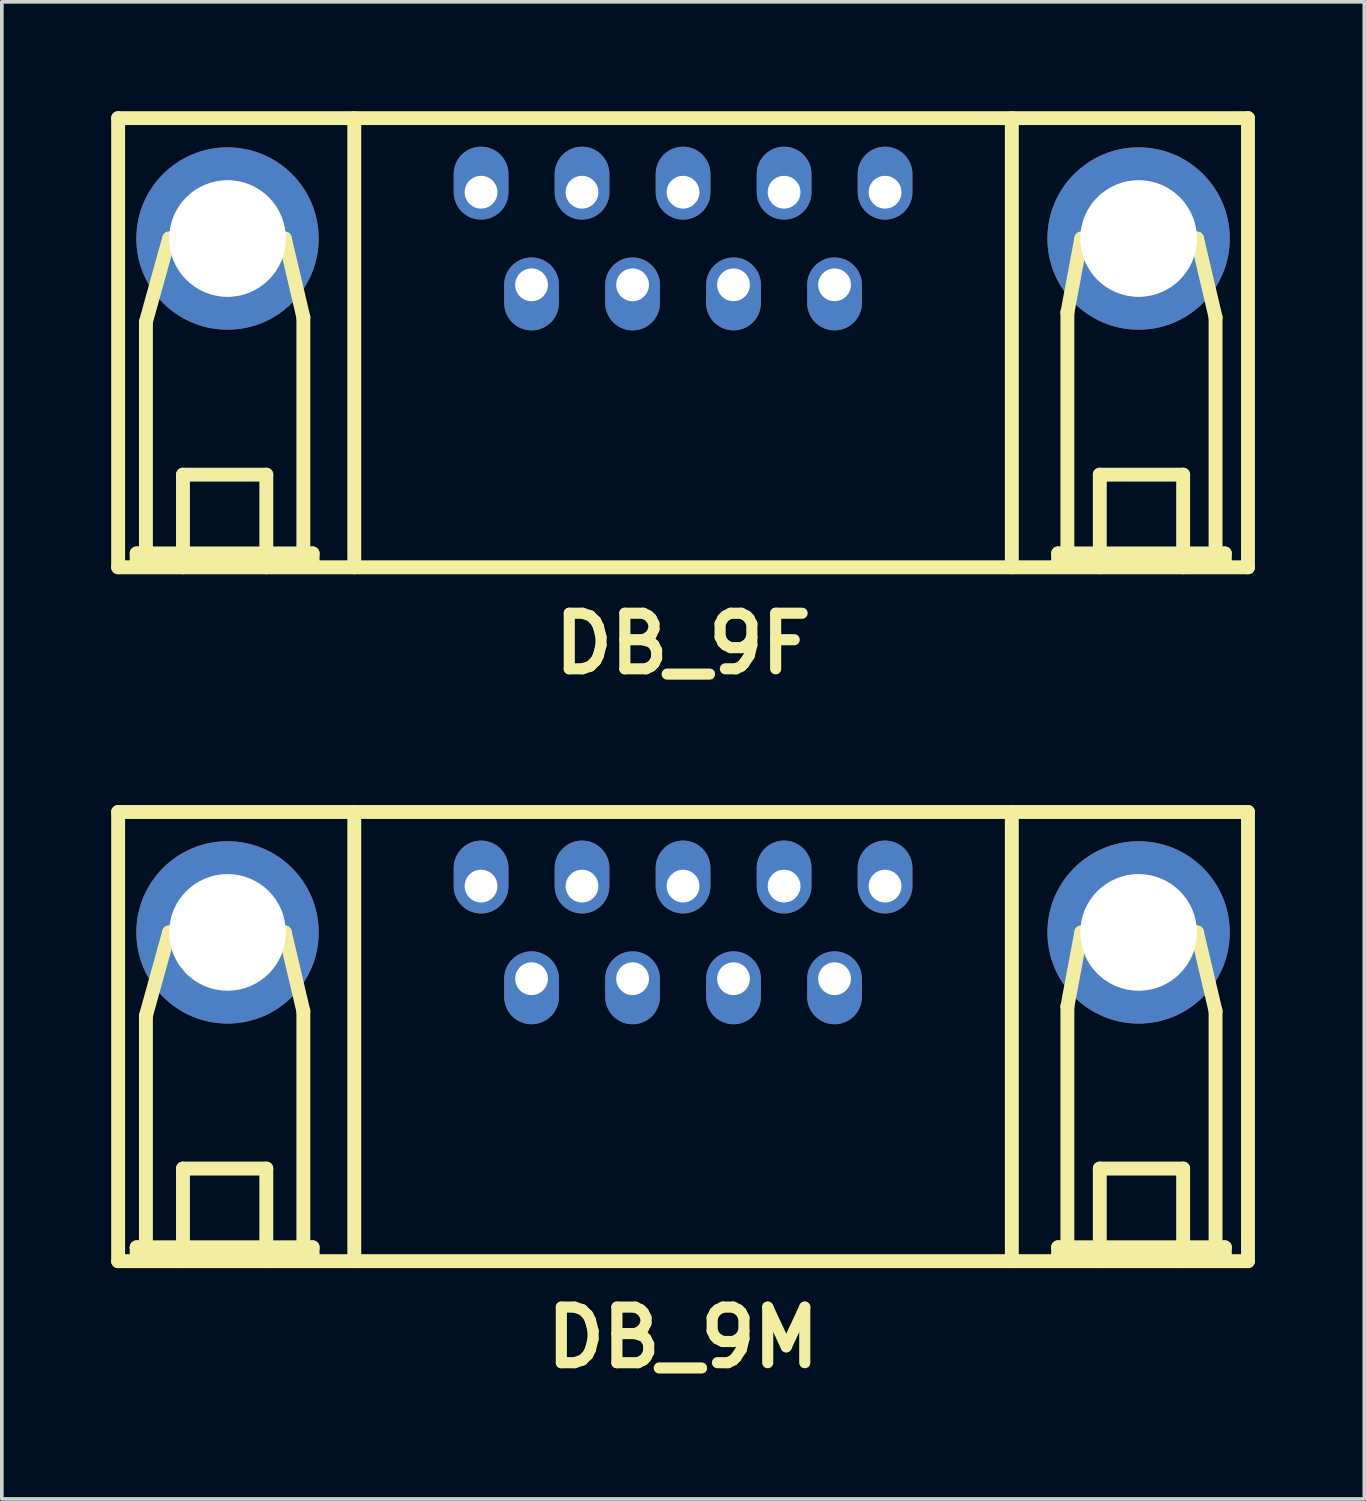
<source format=kicad_pcb>
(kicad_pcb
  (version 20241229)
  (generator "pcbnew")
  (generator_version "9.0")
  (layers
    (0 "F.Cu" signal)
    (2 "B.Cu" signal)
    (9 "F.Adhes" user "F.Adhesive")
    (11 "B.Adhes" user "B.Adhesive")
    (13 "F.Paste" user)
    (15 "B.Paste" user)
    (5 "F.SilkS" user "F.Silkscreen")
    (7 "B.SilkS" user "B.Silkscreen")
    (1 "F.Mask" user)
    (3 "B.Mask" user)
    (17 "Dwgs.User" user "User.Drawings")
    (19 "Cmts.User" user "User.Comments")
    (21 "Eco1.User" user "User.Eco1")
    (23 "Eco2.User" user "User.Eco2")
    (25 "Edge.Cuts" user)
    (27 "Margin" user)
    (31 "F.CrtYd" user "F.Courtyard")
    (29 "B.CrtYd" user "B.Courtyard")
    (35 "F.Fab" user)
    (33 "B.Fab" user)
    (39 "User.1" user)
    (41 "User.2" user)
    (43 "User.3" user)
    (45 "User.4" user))
  (footprint "DB_9M"
    (layer "F.Cu")
    (at 15.684 29.635)
    (property "Reference" "DB_9M" (at 0 4 0) (layer "F.SilkS") (effects (font (size 1.524 1.524) (thickness 0.305))))
    (attr through_hole)
    (fp_line (start -15.494 -10.414) (end -15.494 1.905) (stroke (width 0.381) (type solid)) (layer "F.SilkS"))
    (fp_line (start -15.494 1.905) (end 15.494 1.905) (stroke (width 0.381) (type solid)) (layer "F.SilkS"))
    (fp_line (start -14.986 1.524) (end -14.986 1.778) (stroke (width 0.381) (type solid)) (layer "F.SilkS"))
    (fp_line (start -14.986 1.778) (end -10.16 1.778) (stroke (width 0.381) (type solid)) (layer "F.SilkS"))
    (fp_line (start -14.732 -4.826) (end -14.097 -7.112) (stroke (width 0.381) (type solid)) (layer "F.SilkS"))
    (fp_line (start -14.732 1.524) (end -14.732 -4.826) (stroke (width 0.381) (type solid)) (layer "F.SilkS"))
    (fp_line (start -14.097 -7.112) (end -10.922 -7.112) (stroke (width 0.381) (type solid)) (layer "F.SilkS"))
    (fp_line (start -13.716 -0.635) (end -11.43 -0.635) (stroke (width 0.381) (type solid)) (layer "F.SilkS"))
    (fp_line (start -13.716 1.905) (end -13.716 -0.635) (stroke (width 0.381) (type solid)) (layer "F.SilkS"))
    (fp_line (start -11.43 -0.635) (end -11.43 1.905) (stroke (width 0.381) (type solid)) (layer "F.SilkS"))
    (fp_line (start -10.922 -7.112) (end -10.414 -4.953) (stroke (width 0.381) (type solid)) (layer "F.SilkS"))
    (fp_line (start -10.414 -4.953) (end -10.414 1.524) (stroke (width 0.381) (type solid)) (layer "F.SilkS"))
    (fp_line (start -10.16 1.524) (end -14.986 1.524) (stroke (width 0.381) (type solid)) (layer "F.SilkS"))
    (fp_line (start -10.16 1.778) (end -10.16 1.524) (stroke (width 0.381) (type solid)) (layer "F.SilkS"))
    (fp_line (start -9.017 1.905) (end -9.017 -10.414) (stroke (width 0.381) (type solid)) (layer "F.SilkS"))
    (fp_line (start 9.017 1.905) (end 9.017 -10.414) (stroke (width 0.381) (type solid)) (layer "F.SilkS"))
    (fp_line (start 10.287 1.524) (end 10.287 1.778) (stroke (width 0.381) (type solid)) (layer "F.SilkS"))
    (fp_line (start 10.287 1.778) (end 14.859 1.778) (stroke (width 0.381) (type solid)) (layer "F.SilkS"))
    (fp_line (start 10.541 -5.08) (end 10.922 -7.112) (stroke (width 0.381) (type solid)) (layer "F.SilkS"))
    (fp_line (start 10.541 1.524) (end 10.541 -5.08) (stroke (width 0.381) (type solid)) (layer "F.SilkS"))
    (fp_line (start 10.922 -7.112) (end 14.097 -7.112) (stroke (width 0.381) (type solid)) (layer "F.SilkS"))
    (fp_line (start 11.43 -0.635) (end 13.716 -0.635) (stroke (width 0.381) (type solid)) (layer "F.SilkS"))
    (fp_line (start 11.43 1.905) (end 11.43 -0.635) (stroke (width 0.381) (type solid)) (layer "F.SilkS"))
    (fp_line (start 13.716 -0.635) (end 13.716 1.905) (stroke (width 0.381) (type solid)) (layer "F.SilkS"))
    (fp_line (start 14.097 -7.112) (end 14.605 -4.953) (stroke (width 0.381) (type solid)) (layer "F.SilkS"))
    (fp_line (start 14.605 -4.953) (end 14.605 1.524) (stroke (width 0.381) (type solid)) (layer "F.SilkS"))
    (fp_line (start 14.859 1.524) (end 10.287 1.524) (stroke (width 0.381) (type solid)) (layer "F.SilkS"))
    (fp_line (start 14.859 1.778) (end 14.859 1.524) (stroke (width 0.381) (type solid)) (layer "F.SilkS"))
    (fp_line (start 15.494 -10.414) (end -15.494 -10.414) (stroke (width 0.381) (type solid)) (layer "F.SilkS"))
    (fp_line (start 15.494 1.905) (end 15.494 -10.414) (stroke (width 0.381) (type solid)) (layer "F.SilkS"))
    (pad "0" thru_hole circle (at -12.494 -7.112) (size 5.001 5.001) (drill 3.2) (layers "*.Cu" "*.Mask"))
    (pad "0" thru_hole circle (at 12.494 -7.112) (size 5.001 5.001) (drill 3.2) (layers "*.Cu" "*.Mask"))
    (pad "1" thru_hole oval (at -5.54 -8.382) (size 1.501 1.999) (drill 0.899 (offset 0 -0.249)) (layers "*.Cu" "*.Mask"))
    (pad "2" thru_hole oval (at -2.771 -8.382) (size 1.501 1.999) (drill 0.899 (offset 0 -0.249)) (layers "*.Cu" "*.Mask"))
    (pad "3" thru_hole oval (at 0 -8.382) (size 1.501 1.999) (drill 0.899 (offset 0 -0.249)) (layers "*.Cu" "*.Mask"))
    (pad "4" thru_hole oval (at 2.771 -8.382) (size 1.501 1.999) (drill 0.899 (offset 0 -0.249)) (layers "*.Cu" "*.Mask"))
    (pad "5" thru_hole oval (at 5.54 -8.382) (size 1.501 1.999) (drill 0.899 (offset 0 -0.249)) (layers "*.Cu" "*.Mask"))
    (pad "6" thru_hole oval (at -4.155 -5.842) (size 1.501 1.999) (drill 0.899 (offset 0 0.249)) (layers "*.Cu" "*.Mask"))
    (pad "7" thru_hole oval (at -1.384 -5.842) (size 1.501 1.999) (drill 0.899 (offset 0 0.249)) (layers "*.Cu" "*.Mask"))
    (pad "8" thru_hole oval (at 1.384 -5.842) (size 1.501 1.999) (drill 0.899 (offset 0 0.249)) (layers "*.Cu" "*.Mask"))
    (pad "9" thru_hole oval (at 4.155 -5.842) (size 1.501 1.999) (drill 0.899 (offset 0 0.249)) (layers "*.Cu" "*.Mask")))
  (footprint "DB_9F"
    (layer "F.Cu")
    (at 15.684 10.604)
    (property "Reference" "DB_9F" (at 0 4 0) (layer "F.SilkS") (effects (font (size 1.524 1.524) (thickness 0.305))))
    (attr through_hole)
    (fp_line (start -15.494 -10.414) (end -15.494 1.905) (stroke (width 0.381) (type solid)) (layer "F.SilkS"))
    (fp_line (start -15.494 1.905) (end 15.494 1.905) (stroke (width 0.381) (type solid)) (layer "F.SilkS"))
    (fp_line (start -14.986 1.524) (end -14.986 1.778) (stroke (width 0.381) (type solid)) (layer "F.SilkS"))
    (fp_line (start -14.986 1.778) (end -10.16 1.778) (stroke (width 0.381) (type solid)) (layer "F.SilkS"))
    (fp_line (start -14.732 -4.826) (end -14.097 -7.112) (stroke (width 0.381) (type solid)) (layer "F.SilkS"))
    (fp_line (start -14.732 1.524) (end -14.732 -4.826) (stroke (width 0.381) (type solid)) (layer "F.SilkS"))
    (fp_line (start -14.097 -7.112) (end -10.922 -7.112) (stroke (width 0.381) (type solid)) (layer "F.SilkS"))
    (fp_line (start -13.716 -0.635) (end -11.43 -0.635) (stroke (width 0.381) (type solid)) (layer "F.SilkS"))
    (fp_line (start -13.716 1.905) (end -13.716 -0.635) (stroke (width 0.381) (type solid)) (layer "F.SilkS"))
    (fp_line (start -11.43 -0.635) (end -11.43 1.905) (stroke (width 0.381) (type solid)) (layer "F.SilkS"))
    (fp_line (start -10.922 -7.112) (end -10.414 -4.953) (stroke (width 0.381) (type solid)) (layer "F.SilkS"))
    (fp_line (start -10.414 -4.953) (end -10.414 1.524) (stroke (width 0.381) (type solid)) (layer "F.SilkS"))
    (fp_line (start -10.16 1.524) (end -14.986 1.524) (stroke (width 0.381) (type solid)) (layer "F.SilkS"))
    (fp_line (start -10.16 1.778) (end -10.16 1.524) (stroke (width 0.381) (type solid)) (layer "F.SilkS"))
    (fp_line (start -9.017 1.905) (end -9.017 -10.414) (stroke (width 0.381) (type solid)) (layer "F.SilkS"))
    (fp_line (start 9.017 1.905) (end 9.017 -10.414) (stroke (width 0.381) (type solid)) (layer "F.SilkS"))
    (fp_line (start 10.287 1.524) (end 10.287 1.778) (stroke (width 0.381) (type solid)) (layer "F.SilkS"))
    (fp_line (start 10.287 1.778) (end 14.859 1.778) (stroke (width 0.381) (type solid)) (layer "F.SilkS"))
    (fp_line (start 10.541 -5.08) (end 10.922 -7.112) (stroke (width 0.381) (type solid)) (layer "F.SilkS"))
    (fp_line (start 10.541 1.524) (end 10.541 -5.08) (stroke (width 0.381) (type solid)) (layer "F.SilkS"))
    (fp_line (start 10.922 -7.112) (end 14.097 -7.112) (stroke (width 0.381) (type solid)) (layer "F.SilkS"))
    (fp_line (start 11.43 -0.635) (end 13.716 -0.635) (stroke (width 0.381) (type solid)) (layer "F.SilkS"))
    (fp_line (start 11.43 1.905) (end 11.43 -0.635) (stroke (width 0.381) (type solid)) (layer "F.SilkS"))
    (fp_line (start 13.716 -0.635) (end 13.716 1.905) (stroke (width 0.381) (type solid)) (layer "F.SilkS"))
    (fp_line (start 14.097 -7.112) (end 14.605 -4.953) (stroke (width 0.381) (type solid)) (layer "F.SilkS"))
    (fp_line (start 14.605 -4.953) (end 14.605 1.524) (stroke (width 0.381) (type solid)) (layer "F.SilkS"))
    (fp_line (start 14.859 1.524) (end 10.287 1.524) (stroke (width 0.381) (type solid)) (layer "F.SilkS"))
    (fp_line (start 14.859 1.778) (end 14.859 1.524) (stroke (width 0.381) (type solid)) (layer "F.SilkS"))
    (fp_line (start 15.494 -10.414) (end -15.494 -10.414) (stroke (width 0.381) (type solid)) (layer "F.SilkS"))
    (fp_line (start 15.494 1.905) (end 15.494 -10.414) (stroke (width 0.381) (type solid)) (layer "F.SilkS"))
    (pad "0" thru_hole circle (at -12.494 -7.112) (size 5.001 5.001) (drill 3.2) (layers "*.Cu" "*.Mask"))
    (pad "0" thru_hole circle (at 12.494 -7.112) (size 5.001 5.001) (drill 3.2) (layers "*.Cu" "*.Mask"))
    (pad "1" thru_hole oval (at 5.54 -8.382) (size 1.501 1.999) (drill 0.899 (offset 0 -0.249)) (layers "*.Cu" "*.Mask"))
    (pad "2" thru_hole oval (at 2.771 -8.382) (size 1.501 1.999) (drill 0.899 (offset 0 -0.249)) (layers "*.Cu" "*.Mask"))
    (pad "3" thru_hole oval (at 0 -8.382) (size 1.501 1.999) (drill 0.899 (offset 0 -0.249)) (layers "*.Cu" "*.Mask"))
    (pad "4" thru_hole oval (at -2.771 -8.382) (size 1.501 1.999) (drill 0.899 (offset 0 -0.249)) (layers "*.Cu" "*.Mask"))
    (pad "5" thru_hole oval (at -5.54 -8.382) (size 1.501 1.999) (drill 0.899 (offset 0 -0.249)) (layers "*.Cu" "*.Mask"))
    (pad "6" thru_hole oval (at 4.155 -5.842) (size 1.501 1.999) (drill 0.899 (offset 0 0.249)) (layers "*.Cu" "*.Mask"))
    (pad "7" thru_hole oval (at 1.384 -5.842) (size 1.501 1.999) (drill 0.899 (offset 0 0.249)) (layers "*.Cu" "*.Mask"))
    (pad "8" thru_hole oval (at -1.384 -5.842) (size 1.501 1.999) (drill 0.899 (offset 0 0.249)) (layers "*.Cu" "*.Mask"))
    (pad "9" thru_hole oval (at -4.155 -5.842) (size 1.501 1.999) (drill 0.899 (offset 0 0.249)) (layers "*.Cu" "*.Mask")))
  (gr_rect
    (start -3 -3)
    (end 34.369 38.062)
    (stroke (width 0.1) (type default))
    (fill no)
    (layer "Edge.Cuts")))
</source>
